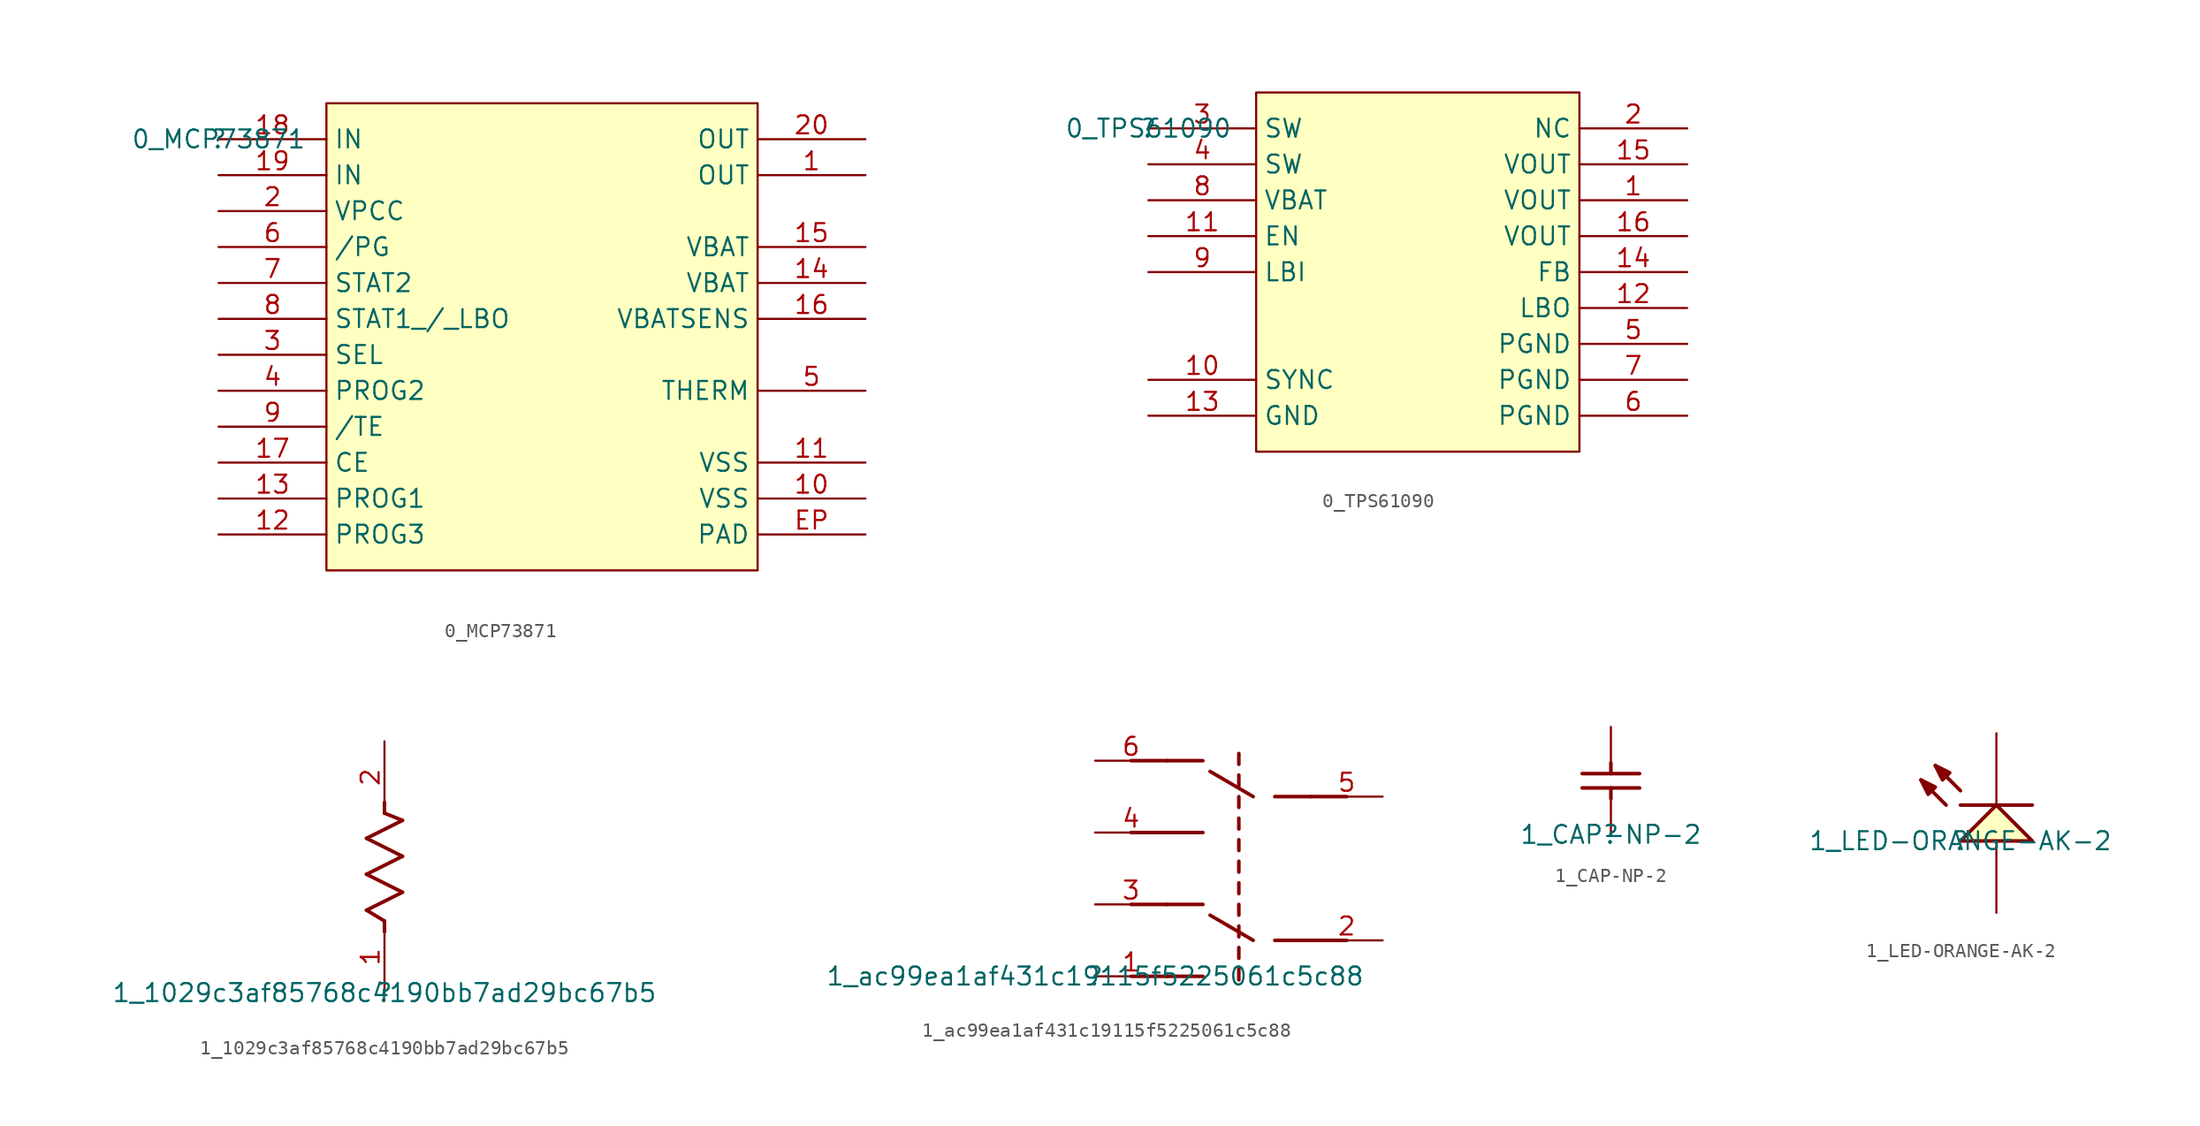
<source format=kicad_sym>
(kicad_symbol_lib
  (version 20211014)
  (generator kicad_symbol_editor)
  (symbol "0_MCP73871"
    (property "Reference" ""
      (at 0 0 0)
      (effects (font (size 1.27 1.27))))
    (property "Value" "0_MCP73871"
      (at 0 0 0)
      (effects (font (size 1.27 1.27))))
    (symbol "0_MCP73871_1_0"
      (rectangle (start 38.1 2.54) (end 7.62 -30.48) (stroke (width 0) (type default) (color 0 0 0 0)) (fill (type background)))
      (pin output line (at 45.72 -2.54 180) (length 7.62) (name "OUT" (effects (font (size 1.27 1.27)))) (number "1" (effects (font (size 1.27 1.27)))))
      (pin power_in line (at 45.72 -25.4 180) (length 7.62) (name "VSS" (effects (font (size 1.27 1.27)))) (number "10" (effects (font (size 1.27 1.27)))))
      (pin power_in line (at 45.72 -22.86 180) (length 7.62) (name "VSS" (effects (font (size 1.27 1.27)))) (number "11" (effects (font (size 1.27 1.27)))))
      (pin bidirectional line (at 0 -27.94 0) (length 7.62) (name "PROG3" (effects (font (size 1.27 1.27)))) (number "12" (effects (font (size 1.27 1.27)))))
      (pin bidirectional line (at 0 -25.4 0) (length 7.62) (name "PROG1" (effects (font (size 1.27 1.27)))) (number "13" (effects (font (size 1.27 1.27)))))
      (pin bidirectional line (at 45.72 -10.16 180) (length 7.62) (name "VBAT" (effects (font (size 1.27 1.27)))) (number "14" (effects (font (size 1.27 1.27)))))
      (pin bidirectional line (at 45.72 -7.62 180) (length 7.62) (name "VBAT" (effects (font (size 1.27 1.27)))) (number "15" (effects (font (size 1.27 1.27)))))
      (pin bidirectional line (at 45.72 -12.7 180) (length 7.62) (name "VBATSENS" (effects (font (size 1.27 1.27)))) (number "16" (effects (font (size 1.27 1.27)))))
      (pin input line (at 0 -22.86 0) (length 7.62) (name "CE" (effects (font (size 1.27 1.27)))) (number "17" (effects (font (size 1.27 1.27)))))
      (pin input line (at 0 0 0) (length 7.62) (name "IN" (effects (font (size 1.27 1.27)))) (number "18" (effects (font (size 1.27 1.27)))))
      (pin input line (at 0 -2.54 0) (length 7.62) (name "IN" (effects (font (size 1.27 1.27)))) (number "19" (effects (font (size 1.27 1.27)))))
      (pin input line (at 0 -5.08 0) (length 7.62) (name "VPCC" (effects (font (size 1.27 1.27)))) (number "2" (effects (font (size 1.27 1.27)))))
      (pin output line (at 45.72 0 180) (length 7.62) (name "OUT" (effects (font (size 1.27 1.27)))) (number "20" (effects (font (size 1.27 1.27)))))
      (pin input line (at 0 -15.24 0) (length 7.62) (name "SEL" (effects (font (size 1.27 1.27)))) (number "3" (effects (font (size 1.27 1.27)))))
      (pin input line (at 0 -17.78 0) (length 7.62) (name "PROG2" (effects (font (size 1.27 1.27)))) (number "4" (effects (font (size 1.27 1.27)))))
      (pin bidirectional line (at 45.72 -17.78 180) (length 7.62) (name "THERM" (effects (font (size 1.27 1.27)))) (number "5" (effects (font (size 1.27 1.27)))))
      (pin output line (at 0 -7.62 0) (length 7.62) (name "/PG" (effects (font (size 1.27 1.27)))) (number "6" (effects (font (size 1.27 1.27)))))
      (pin output line (at 0 -10.16 0) (length 7.62) (name "STAT2" (effects (font (size 1.27 1.27)))) (number "7" (effects (font (size 1.27 1.27)))))
      (pin output line (at 0 -12.7 0) (length 7.62) (name "STAT1_/_LBO" (effects (font (size 1.27 1.27)))) (number "8" (effects (font (size 1.27 1.27)))))
      (pin input line (at 0 -20.32 0) (length 7.62) (name "/TE" (effects (font (size 1.27 1.27)))) (number "9" (effects (font (size 1.27 1.27)))))
      (pin power_in line (at 45.72 -27.94 180) (length 7.62) (name "PAD" (effects (font (size 1.27 1.27)))) (number "EP" (effects (font (size 1.27 1.27)))))))
  (symbol "0_TPS61090"
    (property "Reference" ""
      (at 0 0 0)
      (effects (font (size 1.27 1.27))))
    (property "Value" "0_TPS61090"
      (at 0 0 0)
      (effects (font (size 1.27 1.27))))
    (symbol "0_TPS61090_1_0"
      (rectangle (start 30.48 2.54) (end 7.62 -22.86) (stroke (width 0) (type default) (color 0 0 0 0)) (fill (type background)))
      (pin input line (at 38.1 -5.08 180) (length 7.62) (name "VOUT" (effects (font (size 1.27 1.27)))) (number "1" (effects (font (size 1.27 1.27)))))
      (pin input line (at 0 -17.78 0) (length 7.62) (name "SYNC" (effects (font (size 1.27 1.27)))) (number "10" (effects (font (size 1.27 1.27)))))
      (pin input line (at 0 -7.62 0) (length 7.62) (name "EN" (effects (font (size 1.27 1.27)))) (number "11" (effects (font (size 1.27 1.27)))))
      (pin output line (at 38.1 -12.7 180) (length 7.62) (name "LBO" (effects (font (size 1.27 1.27)))) (number "12" (effects (font (size 1.27 1.27)))))
      (pin bidirectional line (at 0 -20.32 0) (length 7.62) (name "GND" (effects (font (size 1.27 1.27)))) (number "13" (effects (font (size 1.27 1.27)))))
      (pin input line (at 38.1 -10.16 180) (length 7.62) (name "FB" (effects (font (size 1.27 1.27)))) (number "14" (effects (font (size 1.27 1.27)))))
      (pin output line (at 38.1 -2.54 180) (length 7.62) (name "VOUT" (effects (font (size 1.27 1.27)))) (number "15" (effects (font (size 1.27 1.27)))))
      (pin output line (at 38.1 -7.62 180) (length 7.62) (name "VOUT" (effects (font (size 1.27 1.27)))) (number "16" (effects (font (size 1.27 1.27)))))
      (pin input line (at 38.1 0 180) (length 7.62) (name "NC" (effects (font (size 1.27 1.27)))) (number "2" (effects (font (size 1.27 1.27)))))
      (pin input line (at 0 0 0) (length 7.62) (name "SW" (effects (font (size 1.27 1.27)))) (number "3" (effects (font (size 1.27 1.27)))))
      (pin input line (at 0 -2.54 0) (length 7.62) (name "SW" (effects (font (size 1.27 1.27)))) (number "4" (effects (font (size 1.27 1.27)))))
      (pin bidirectional line (at 38.1 -15.24 180) (length 7.62) (name "PGND" (effects (font (size 1.27 1.27)))) (number "5" (effects (font (size 1.27 1.27)))))
      (pin bidirectional line (at 38.1 -20.32 180) (length 7.62) (name "PGND" (effects (font (size 1.27 1.27)))) (number "6" (effects (font (size 1.27 1.27)))))
      (pin bidirectional line (at 38.1 -17.78 180) (length 7.62) (name "PGND" (effects (font (size 1.27 1.27)))) (number "7" (effects (font (size 1.27 1.27)))))
      (pin input line (at 0 -5.08 0) (length 7.62) (name "VBAT" (effects (font (size 1.27 1.27)))) (number "8" (effects (font (size 1.27 1.27)))))
      (pin input line (at 0 -10.16 0) (length 7.62) (name "LBI" (effects (font (size 1.27 1.27)))) (number "9" (effects (font (size 1.27 1.27)))))))
  (symbol "1_1029c3af85768c4190bb7ad29bc67b5"
    (property "Reference" ""
      (at 0 0 0)
      (effects (font (size 1.27 1.27))))
    (property "Value" "1_1029c3af85768c4190bb7ad29bc67b5"
      (at 0 0 0)
      (effects (font (size 1.27 1.27))))
    (symbol "1_1029c3af85768c4190bb7ad29bc67b5_1_0"
      (polyline (pts (xy -1.27 5.842) (xy 1.27 7.112)) (stroke (width 0.254) (type default) (color 0 0 0 0)) (fill (type none)))
      (polyline (pts (xy -1.27 8.382) (xy 1.27 9.652)) (stroke (width 0.254) (type default) (color 0 0 0 0)) (fill (type none)))
      (polyline (pts (xy -1.27 10.922) (xy 1.27 12.192)) (stroke (width 0.254) (type default) (color 0 0 0 0)) (fill (type none)))
      (polyline (pts (xy 0 5.08) (xy -1.27 5.842)) (stroke (width 0.254) (type default) (color 0 0 0 0)) (fill (type none)))
      (polyline (pts (xy 0 5.08) (xy 0 4.318)) (stroke (width 0.254) (type default) (color 0 0 0 0)) (fill (type none)))
      (polyline (pts (xy 0 12.7) (xy 0 13.462)) (stroke (width 0.254) (type default) (color 0 0 0 0)) (fill (type none)))
      (polyline (pts (xy 1.27 7.112) (xy -1.27 8.382)) (stroke (width 0.254) (type default) (color 0 0 0 0)) (fill (type none)))
      (polyline (pts (xy 1.27 9.652) (xy -1.27 10.922)) (stroke (width 0.254) (type default) (color 0 0 0 0)) (fill (type none)))
      (polyline (pts (xy 1.27 12.192) (xy 0 12.7)) (stroke (width 0.254) (type default) (color 0 0 0 0)) (fill (type none)))
      (pin passive line (at 0 0 90) (length 5.08) (name "1" (effects (font (size 0 0)))) (number "1" (effects (font (size 1.27 1.27)))))
      (pin passive line (at 0 17.78 270) (length 5.08) (name "2" (effects (font (size 0 0)))) (number "2" (effects (font (size 1.27 1.27)))))))
  (symbol "1_ac99ea1af431c19115f5225061c5c88"
    (property "Reference" ""
      (at 0 0 0)
      (effects (font (size 1.27 1.27))))
    (property "Value" "1_ac99ea1af431c19115f5225061c5c88"
      (at 0 0 0)
      (effects (font (size 1.27 1.27))))
    (symbol "1_ac99ea1af431c19115f5225061c5c88_1_0"
      (polyline (pts (xy 2.54 0) (xy 5.08 0)) (stroke (width 0.254) (type default) (color 0 0 0 0)) (fill (type none)))
      (polyline (pts (xy 2.54 5.08) (xy 5.08 5.08)) (stroke (width 0.254) (type default) (color 0 0 0 0)) (fill (type none)))
      (polyline (pts (xy 2.54 10.16) (xy 5.08 10.16)) (stroke (width 0.254) (type default) (color 0 0 0 0)) (fill (type none)))
      (polyline (pts (xy 2.54 15.24) (xy 5.08 15.24)) (stroke (width 0.254) (type default) (color 0 0 0 0)) (fill (type none)))
      (polyline (pts (xy 7.62 0) (xy 5.08 0)) (stroke (width 0.254) (type default) (color 0 0 0 0)) (fill (type none)))
      (polyline (pts (xy 7.62 5.08) (xy 5.08 5.08)) (stroke (width 0.254) (type default) (color 0 0 0 0)) (fill (type none)))
      (polyline (pts (xy 7.62 10.16) (xy 5.08 10.16)) (stroke (width 0.254) (type default) (color 0 0 0 0)) (fill (type none)))
      (polyline (pts (xy 7.62 15.24) (xy 5.08 15.24)) (stroke (width 0.254) (type default) (color 0 0 0 0)) (fill (type none)))
      (polyline (pts (xy 10.16 -0.254) (xy 10.16 0.508)) (stroke (width 0.254) (type default) (color 0 0 0 0)) (fill (type none)))
      (polyline (pts (xy 10.16 1.27) (xy 10.16 2.032)) (stroke (width 0.254) (type default) (color 0 0 0 0)) (fill (type none)))
      (polyline (pts (xy 10.16 2.794) (xy 10.16 3.556)) (stroke (width 0.254) (type default) (color 0 0 0 0)) (fill (type none)))
      (polyline (pts (xy 10.16 4.318) (xy 10.16 5.08)) (stroke (width 0.254) (type default) (color 0 0 0 0)) (fill (type none)))
      (polyline (pts (xy 10.16 5.842) (xy 10.16 6.604)) (stroke (width 0.254) (type default) (color 0 0 0 0)) (fill (type none)))
      (polyline (pts (xy 10.16 7.366) (xy 10.16 8.128)) (stroke (width 0.254) (type default) (color 0 0 0 0)) (fill (type none)))
      (polyline (pts (xy 10.16 8.89) (xy 10.16 9.652)) (stroke (width 0.254) (type default) (color 0 0 0 0)) (fill (type none)))
      (polyline (pts (xy 10.16 10.414) (xy 10.16 11.176)) (stroke (width 0.254) (type default) (color 0 0 0 0)) (fill (type none)))
      (polyline (pts (xy 10.16 11.938) (xy 10.16 12.7)) (stroke (width 0.254) (type default) (color 0 0 0 0)) (fill (type none)))
      (polyline (pts (xy 10.16 13.462) (xy 10.16 14.224)) (stroke (width 0.254) (type default) (color 0 0 0 0)) (fill (type none)))
      (polyline (pts (xy 10.16 14.986) (xy 10.16 15.748)) (stroke (width 0.254) (type default) (color 0 0 0 0)) (fill (type none)))
      (polyline (pts (xy 11.176 2.54) (xy 8.128 4.318)) (stroke (width 0.254) (type default) (color 0 0 0 0)) (fill (type none)))
      (polyline (pts (xy 11.176 12.7) (xy 8.128 14.478)) (stroke (width 0.254) (type default) (color 0 0 0 0)) (fill (type none)))
      (polyline (pts (xy 12.7 2.54) (xy 15.24 2.54)) (stroke (width 0.254) (type default) (color 0 0 0 0)) (fill (type none)))
      (polyline (pts (xy 12.7 12.7) (xy 15.24 12.7)) (stroke (width 0.254) (type default) (color 0 0 0 0)) (fill (type none)))
      (polyline (pts (xy 17.78 2.54) (xy 15.24 2.54)) (stroke (width 0.254) (type default) (color 0 0 0 0)) (fill (type none)))
      (polyline (pts (xy 17.78 12.7) (xy 15.24 12.7)) (stroke (width 0.254) (type default) (color 0 0 0 0)) (fill (type none)))
      (pin passive line (at 0 0 0) (length 5.08) (name "1" (effects (font (size 0 0)))) (number "1" (effects (font (size 1.27 1.27)))))
      (pin passive line (at 20.32 2.54 180) (length 5.08) (name "2" (effects (font (size 0 0)))) (number "2" (effects (font (size 1.27 1.27)))))
      (pin passive line (at 0 5.08 0) (length 5.08) (name "3" (effects (font (size 0 0)))) (number "3" (effects (font (size 1.27 1.27)))))
      (pin passive line (at 0 10.16 0) (length 5.08) (name "4" (effects (font (size 0 0)))) (number "4" (effects (font (size 1.27 1.27)))))
      (pin passive line (at 20.32 12.7 180) (length 5.08) (name "5" (effects (font (size 0 0)))) (number "5" (effects (font (size 1.27 1.27)))))
      (pin passive line (at 0 15.24 0) (length 5.08) (name "6" (effects (font (size 0 0)))) (number "6" (effects (font (size 1.27 1.27)))))))
  (symbol "1_CAP-NP-2"
    (property "Reference" ""
      (at 0 0 0)
      (effects (font (size 1.27 1.27))))
    (property "Value" "1_CAP-NP-2"
      (at 0 0 0)
      (effects (font (size 1.27 1.27))))
    (symbol "1_CAP-NP-2_1_0"
      (polyline (pts (xy -2.032 4.318) (xy 2.032 4.318)) (stroke (width 0.254) (type default) (color 0 0 0 0)) (fill (type none)))
      (polyline (pts (xy 0 2.54) (xy 0 3.302)) (stroke (width 0.254) (type default) (color 0 0 0 0)) (fill (type none)))
      (polyline (pts (xy 0 5.08) (xy 0 4.318)) (stroke (width 0.254) (type default) (color 0 0 0 0)) (fill (type none)))
      (polyline (pts (xy 2.032 3.302) (xy -2.032 3.302)) (stroke (width 0.254) (type default) (color 0 0 0 0)) (fill (type none)))
      (pin passive line (at 0 0 90) (length 2.54) (name "1" (effects (font (size 0 0)))) (number "1" (effects (font (size 0 0)))))
      (pin passive line (at 0 7.62 270) (length 2.54) (name "2" (effects (font (size 0 0)))) (number "2" (effects (font (size 0 0)))))))
  (symbol "1_LED-ORANGE-AK-2"
    (property "Reference" ""
      (at 0 0 0)
      (effects (font (size 1.27 1.27))))
    (property "Value" "1_LED-ORANGE-AK-2"
      (at 0 0 0)
      (effects (font (size 1.27 1.27))))
    (symbol "1_LED-ORANGE-AK-2_1_0"
      (polyline (pts (xy -1.016 2.54) (xy -2.794 4.318)) (stroke (width 0.254) (type default) (color 0 0 0 0)) (fill (type none)))
      (polyline (pts (xy 0 2.54) (xy 5.08 2.54)) (stroke (width 0.254) (type default) (color 0 0 0 0)) (fill (type none)))
      (polyline (pts (xy 0 3.556) (xy -1.778 5.334)) (stroke (width 0.254) (type default) (color 0 0 0 0)) (fill (type none)))
      (polyline (pts (xy -2.794 4.318) (xy -2.286 3.302) (xy -1.778 3.81) (xy -2.794 4.318)) (stroke (width 0.254) (type default) (color 0 0 0 0)) (fill (type outline)))
      (polyline (pts (xy -1.778 5.334) (xy -1.27 4.318) (xy -0.762 4.826) (xy -1.778 5.334)) (stroke (width 0.254) (type default) (color 0 0 0 0)) (fill (type outline)))
      (polyline (pts (xy 5.08 0) (xy 2.54 2.54) (xy 0 0) (xy 5.08 0)) (stroke (width 0.254) (type default) (color 0 0 0 0)) (fill (type background)))
      (pin passive line (at 2.54 -5.08 90) (length 5.08) (name "A" (effects (font (size 0 0)))) (number "1" (effects (font (size 0 0)))))
      (pin passive line (at 2.54 7.62 270) (length 5.08) (name "K" (effects (font (size 0 0)))) (number "2" (effects (font (size 0 0))))))))
</source>
